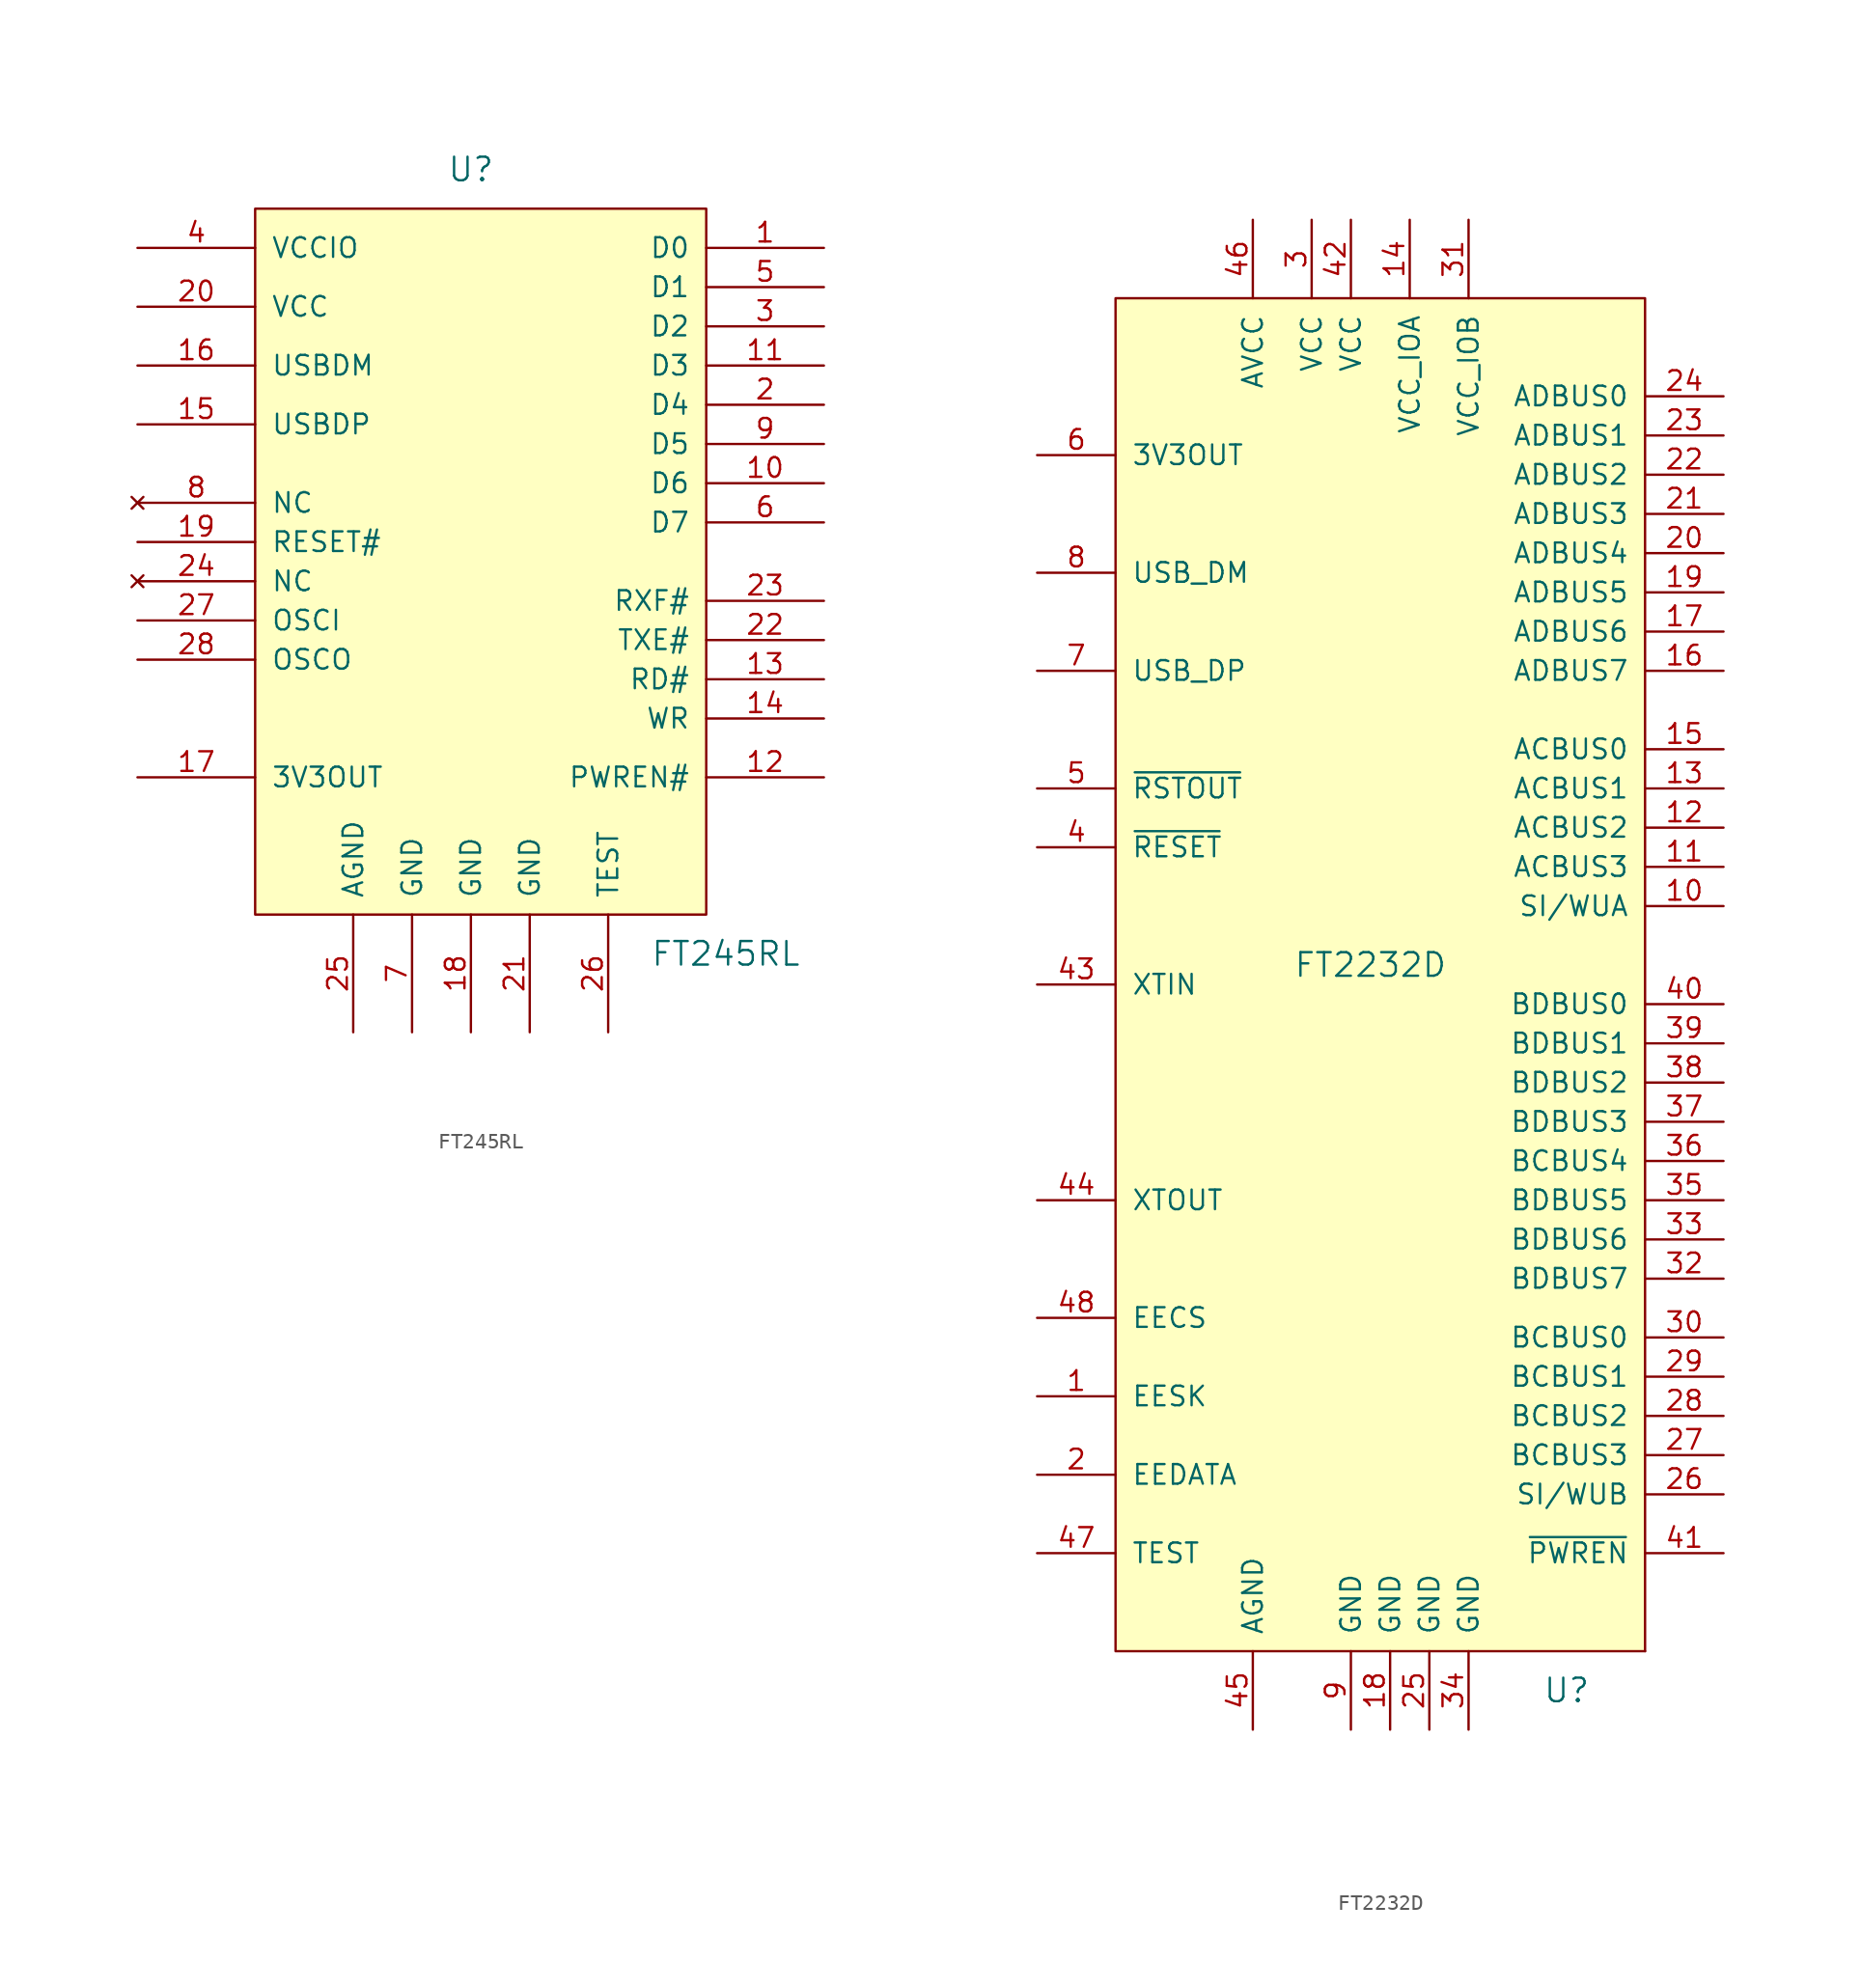
<source format=kicad_sym>
(kicad_symbol_lib
  (version 20220914)
  (generator kicad_symbol_editor)
  (symbol "FT245RL"
    (pin_names
      (offset 1.016))
    (property "Reference" "U"
      (at 0 19.05 0)
      (effects (font (size 1.524 1.524))))
    (property "Value" "FT245RL"
      (at 16.51 -31.75 0)
      (effects (font (size 1.524 1.524))))
    (property "Footprint" ""
      (at -3.81 0 0)
      (effects (font (size 1.524 1.524))))
    (property "Datasheet" ""
      (at -3.81 0 0)
      (effects (font (size 1.524 1.524))))
    (symbol "FT245RL_0_1"
      (rectangle (start -13.97 16.51) (end 15.24 -29.21) (stroke (width 0) (type solid)) (fill (type background))))
    (symbol "FT245RL_1_1"
      (pin input line (at 22.86 13.97 180) (length 7.62) (name "D0" (effects (font (size 1.27 1.27)))) (number "1" (effects (font (size 1.27 1.27)))))
      (pin input line (at 22.86 -1.27 180) (length 7.62) (name "D6" (effects (font (size 1.27 1.27)))) (number "10" (effects (font (size 1.27 1.27)))))
      (pin input line (at 22.86 6.35 180) (length 7.62) (name "D3" (effects (font (size 1.27 1.27)))) (number "11" (effects (font (size 1.27 1.27)))))
      (pin input line (at 22.86 -20.32 180) (length 7.62) (name "PWREN#" (effects (font (size 1.27 1.27)))) (number "12" (effects (font (size 1.27 1.27)))))
      (pin input line (at 22.86 -13.97 180) (length 7.62) (name "RD#" (effects (font (size 1.27 1.27)))) (number "13" (effects (font (size 1.27 1.27)))))
      (pin input line (at 22.86 -16.51 180) (length 7.62) (name "WR" (effects (font (size 1.27 1.27)))) (number "14" (effects (font (size 1.27 1.27)))))
      (pin input line (at -21.59 2.54 0) (length 7.62) (name "USBDP" (effects (font (size 1.27 1.27)))) (number "15" (effects (font (size 1.27 1.27)))))
      (pin input line (at -21.59 6.35 0) (length 7.62) (name "USBDM" (effects (font (size 1.27 1.27)))) (number "16" (effects (font (size 1.27 1.27)))))
      (pin passive line (at -21.59 -20.32 0) (length 7.62) (name "3V3OUT" (effects (font (size 1.27 1.27)))) (number "17" (effects (font (size 1.27 1.27)))))
      (pin input line (at 0 -36.83 90) (length 7.62) (name "GND" (effects (font (size 1.27 1.27)))) (number "18" (effects (font (size 1.27 1.27)))))
      (pin input line (at -21.59 -5.08 0) (length 7.62) (name "RESET#" (effects (font (size 1.27 1.27)))) (number "19" (effects (font (size 1.27 1.27)))))
      (pin input line (at 22.86 3.81 180) (length 7.62) (name "D4" (effects (font (size 1.27 1.27)))) (number "2" (effects (font (size 1.27 1.27)))))
      (pin power_out line (at -21.59 10.16 0) (length 7.62) (name "VCC" (effects (font (size 1.27 1.27)))) (number "20" (effects (font (size 1.27 1.27)))))
      (pin input line (at 3.81 -36.83 90) (length 7.62) (name "GND" (effects (font (size 1.27 1.27)))) (number "21" (effects (font (size 1.27 1.27)))))
      (pin input line (at 22.86 -11.43 180) (length 7.62) (name "TXE#" (effects (font (size 1.27 1.27)))) (number "22" (effects (font (size 1.27 1.27)))))
      (pin input line (at 22.86 -8.89 180) (length 7.62) (name "RXF#" (effects (font (size 1.27 1.27)))) (number "23" (effects (font (size 1.27 1.27)))))
      (pin no_connect line (at -21.59 -7.62 0) (length 7.62) (name "NC" (effects (font (size 1.27 1.27)))) (number "24" (effects (font (size 1.27 1.27)))))
      (pin input line (at -7.62 -36.83 90) (length 7.62) (name "AGND" (effects (font (size 1.27 1.27)))) (number "25" (effects (font (size 1.27 1.27)))))
      (pin input line (at 8.89 -36.83 90) (length 7.62) (name "TEST" (effects (font (size 1.27 1.27)))) (number "26" (effects (font (size 1.27 1.27)))))
      (pin input line (at -21.59 -10.16 0) (length 7.62) (name "OSCI" (effects (font (size 1.27 1.27)))) (number "27" (effects (font (size 1.27 1.27)))))
      (pin input line (at -21.59 -12.7 0) (length 7.62) (name "OSCO" (effects (font (size 1.27 1.27)))) (number "28" (effects (font (size 1.27 1.27)))))
      (pin input line (at 22.86 8.89 180) (length 7.62) (name "D2" (effects (font (size 1.27 1.27)))) (number "3" (effects (font (size 1.27 1.27)))))
      (pin passive line (at -21.59 13.97 0) (length 7.62) (name "VCCIO" (effects (font (size 1.27 1.27)))) (number "4" (effects (font (size 1.27 1.27)))))
      (pin input line (at 22.86 11.43 180) (length 7.62) (name "D1" (effects (font (size 1.27 1.27)))) (number "5" (effects (font (size 1.27 1.27)))))
      (pin input line (at 22.86 -3.81 180) (length 7.62) (name "D7" (effects (font (size 1.27 1.27)))) (number "6" (effects (font (size 1.27 1.27)))))
      (pin input line (at -3.81 -36.83 90) (length 7.62) (name "GND" (effects (font (size 1.27 1.27)))) (number "7" (effects (font (size 1.27 1.27)))))
      (pin no_connect line (at -21.59 -2.54 0) (length 7.62) (name "NC" (effects (font (size 1.27 1.27)))) (number "8" (effects (font (size 1.27 1.27)))))
      (pin input line (at 22.86 1.27 180) (length 7.62) (name "D5" (effects (font (size 1.27 1.27)))) (number "9" (effects (font (size 1.27 1.27)))))))
  (symbol "FT2232D"
    (pin_names
      (offset 1.016))
    (property "Reference" "U"
      (at 12.7 -48.26 0)
      (effects (font (size 1.524 1.524))))
    (property "Value" "FT2232D"
      (at 0 -1.27 0)
      (effects (font (size 1.524 1.524))))
    (property "Footprint" ""
      (at -2.54 6.35 0)
      (effects (font (size 1.524 1.524))))
    (property "Datasheet" ""
      (at -2.54 6.35 0)
      (effects (font (size 1.524 1.524))))
    (symbol "FT2232D_0_1"
      (rectangle (start -16.51 41.91) (end 17.78 -45.72) (stroke (width 0) (type solid)) (fill (type background)))
      (rectangle (start 17.78 -45.72) (end 17.78 -45.72) (stroke (width 0) (type solid)) (fill (type none))))
    (symbol "FT2232D_1_1"
      (pin passive line (at -21.59 -29.21 0) (length 5.08) (name "EESK" (effects (font (size 1.27 1.27)))) (number "1" (effects (font (size 1.27 1.27)))))
      (pin passive line (at 22.86 2.54 180) (length 5.08) (name "SI/WUA" (effects (font (size 1.27 1.27)))) (number "10" (effects (font (size 1.27 1.27)))))
      (pin passive line (at 22.86 5.08 180) (length 5.08) (name "ACBUS3" (effects (font (size 1.27 1.27)))) (number "11" (effects (font (size 1.27 1.27)))))
      (pin passive line (at 22.86 7.62 180) (length 5.08) (name "ACBUS2" (effects (font (size 1.27 1.27)))) (number "12" (effects (font (size 1.27 1.27)))))
      (pin passive line (at 22.86 10.16 180) (length 5.08) (name "ACBUS1" (effects (font (size 1.27 1.27)))) (number "13" (effects (font (size 1.27 1.27)))))
      (pin passive line (at 2.54 46.99 270) (length 5.08) (name "VCC_IOA" (effects (font (size 1.27 1.27)))) (number "14" (effects (font (size 1.27 1.27)))))
      (pin passive line (at 22.86 12.7 180) (length 5.08) (name "ACBUS0" (effects (font (size 1.27 1.27)))) (number "15" (effects (font (size 1.27 1.27)))))
      (pin passive line (at 22.86 17.78 180) (length 5.08) (name "ADBUS7" (effects (font (size 1.27 1.27)))) (number "16" (effects (font (size 1.27 1.27)))))
      (pin passive line (at 22.86 20.32 180) (length 5.08) (name "ADBUS6" (effects (font (size 1.27 1.27)))) (number "17" (effects (font (size 1.27 1.27)))))
      (pin passive line (at 1.27 -50.8 90) (length 5.08) (name "GND" (effects (font (size 1.27 1.27)))) (number "18" (effects (font (size 1.27 1.27)))))
      (pin passive line (at 22.86 22.86 180) (length 5.08) (name "ADBUS5" (effects (font (size 1.27 1.27)))) (number "19" (effects (font (size 1.27 1.27)))))
      (pin passive line (at -21.59 -34.29 0) (length 5.08) (name "EEDATA" (effects (font (size 1.27 1.27)))) (number "2" (effects (font (size 1.27 1.27)))))
      (pin passive line (at 22.86 25.4 180) (length 5.08) (name "ADBUS4" (effects (font (size 1.27 1.27)))) (number "20" (effects (font (size 1.27 1.27)))))
      (pin passive line (at 22.86 27.94 180) (length 5.08) (name "ADBUS3" (effects (font (size 1.27 1.27)))) (number "21" (effects (font (size 1.27 1.27)))))
      (pin passive line (at 22.86 30.48 180) (length 5.08) (name "ADBUS2" (effects (font (size 1.27 1.27)))) (number "22" (effects (font (size 1.27 1.27)))))
      (pin passive line (at 22.86 33.02 180) (length 5.08) (name "ADBUS1" (effects (font (size 1.27 1.27)))) (number "23" (effects (font (size 1.27 1.27)))))
      (pin passive line (at 22.86 35.56 180) (length 5.08) (name "ADBUS0" (effects (font (size 1.27 1.27)))) (number "24" (effects (font (size 1.27 1.27)))))
      (pin passive line (at 3.81 -50.8 90) (length 5.08) (name "GND" (effects (font (size 1.27 1.27)))) (number "25" (effects (font (size 1.27 1.27)))))
      (pin passive line (at 22.86 -35.56 180) (length 5.08) (name "SI/WUB" (effects (font (size 1.27 1.27)))) (number "26" (effects (font (size 1.27 1.27)))))
      (pin passive line (at 22.86 -33.02 180) (length 5.08) (name "BCBUS3" (effects (font (size 1.27 1.27)))) (number "27" (effects (font (size 1.27 1.27)))))
      (pin passive line (at 22.86 -30.48 180) (length 5.08) (name "BCBUS2" (effects (font (size 1.27 1.27)))) (number "28" (effects (font (size 1.27 1.27)))))
      (pin passive line (at 22.86 -27.94 180) (length 5.08) (name "BCBUS1" (effects (font (size 1.27 1.27)))) (number "29" (effects (font (size 1.27 1.27)))))
      (pin passive line (at -3.81 46.99 270) (length 5.08) (name "VCC" (effects (font (size 1.27 1.27)))) (number "3" (effects (font (size 1.27 1.27)))))
      (pin passive line (at 22.86 -25.4 180) (length 5.08) (name "BCBUS0" (effects (font (size 1.27 1.27)))) (number "30" (effects (font (size 1.27 1.27)))))
      (pin passive line (at 6.35 46.99 270) (length 5.08) (name "VCC_IOB" (effects (font (size 1.27 1.27)))) (number "31" (effects (font (size 1.27 1.27)))))
      (pin passive line (at 22.86 -21.59 180) (length 5.08) (name "BDBUS7" (effects (font (size 1.27 1.27)))) (number "32" (effects (font (size 1.27 1.27)))))
      (pin passive line (at 22.86 -19.05 180) (length 5.08) (name "BDBUS6" (effects (font (size 1.27 1.27)))) (number "33" (effects (font (size 1.27 1.27)))))
      (pin passive line (at 6.35 -50.8 90) (length 5.08) (name "GND" (effects (font (size 1.27 1.27)))) (number "34" (effects (font (size 1.27 1.27)))))
      (pin passive line (at 22.86 -16.51 180) (length 5.08) (name "BDBUS5" (effects (font (size 1.27 1.27)))) (number "35" (effects (font (size 1.27 1.27)))))
      (pin passive line (at 22.86 -13.97 180) (length 5.08) (name "BCBUS4" (effects (font (size 1.27 1.27)))) (number "36" (effects (font (size 1.27 1.27)))))
      (pin passive line (at 22.86 -11.43 180) (length 5.08) (name "BDBUS3" (effects (font (size 1.27 1.27)))) (number "37" (effects (font (size 1.27 1.27)))))
      (pin passive line (at 22.86 -8.89 180) (length 5.08) (name "BDBUS2" (effects (font (size 1.27 1.27)))) (number "38" (effects (font (size 1.27 1.27)))))
      (pin passive line (at 22.86 -6.35 180) (length 5.08) (name "BDBUS1" (effects (font (size 1.27 1.27)))) (number "39" (effects (font (size 1.27 1.27)))))
      (pin passive line (at -21.59 6.35 0) (length 5.08) (name "~{RESET}" (effects (font (size 1.27 1.27)))) (number "4" (effects (font (size 1.27 1.27)))))
      (pin passive line (at 22.86 -3.81 180) (length 5.08) (name "BDBUS0" (effects (font (size 1.27 1.27)))) (number "40" (effects (font (size 1.27 1.27)))))
      (pin passive line (at 22.86 -39.37 180) (length 5.08) (name "~{PWREN}" (effects (font (size 1.27 1.27)))) (number "41" (effects (font (size 1.27 1.27)))))
      (pin passive line (at -1.27 46.99 270) (length 5.08) (name "VCC" (effects (font (size 1.27 1.27)))) (number "42" (effects (font (size 1.27 1.27)))))
      (pin passive line (at -21.59 -2.54 0) (length 5.08) (name "XTIN" (effects (font (size 1.27 1.27)))) (number "43" (effects (font (size 1.27 1.27)))))
      (pin passive line (at -21.59 -16.51 0) (length 5.08) (name "XTOUT" (effects (font (size 1.27 1.27)))) (number "44" (effects (font (size 1.27 1.27)))))
      (pin passive line (at -7.62 -50.8 90) (length 5.08) (name "AGND" (effects (font (size 1.27 1.27)))) (number "45" (effects (font (size 1.27 1.27)))))
      (pin passive line (at -7.62 46.99 270) (length 5.08) (name "AVCC" (effects (font (size 1.27 1.27)))) (number "46" (effects (font (size 1.27 1.27)))))
      (pin passive line (at -21.59 -39.37 0) (length 5.08) (name "TEST" (effects (font (size 1.27 1.27)))) (number "47" (effects (font (size 1.27 1.27)))))
      (pin passive line (at -21.59 -24.13 0) (length 5.08) (name "EECS" (effects (font (size 1.27 1.27)))) (number "48" (effects (font (size 1.27 1.27)))))
      (pin passive line (at -21.59 10.16 0) (length 5.08) (name "~{RSTOUT}" (effects (font (size 1.27 1.27)))) (number "5" (effects (font (size 1.27 1.27)))))
      (pin passive line (at -21.59 31.75 0) (length 5.08) (name "3V3OUT" (effects (font (size 1.27 1.27)))) (number "6" (effects (font (size 1.27 1.27)))))
      (pin passive line (at -21.59 17.78 0) (length 5.08) (name "USB_DP" (effects (font (size 1.27 1.27)))) (number "7" (effects (font (size 1.27 1.27)))))
      (pin passive line (at -21.59 24.13 0) (length 5.08) (name "USB_DM" (effects (font (size 1.27 1.27)))) (number "8" (effects (font (size 1.27 1.27)))))
      (pin passive line (at -1.27 -50.8 90) (length 5.08) (name "GND" (effects (font (size 1.27 1.27)))) (number "9" (effects (font (size 1.27 1.27))))))))
</source>
